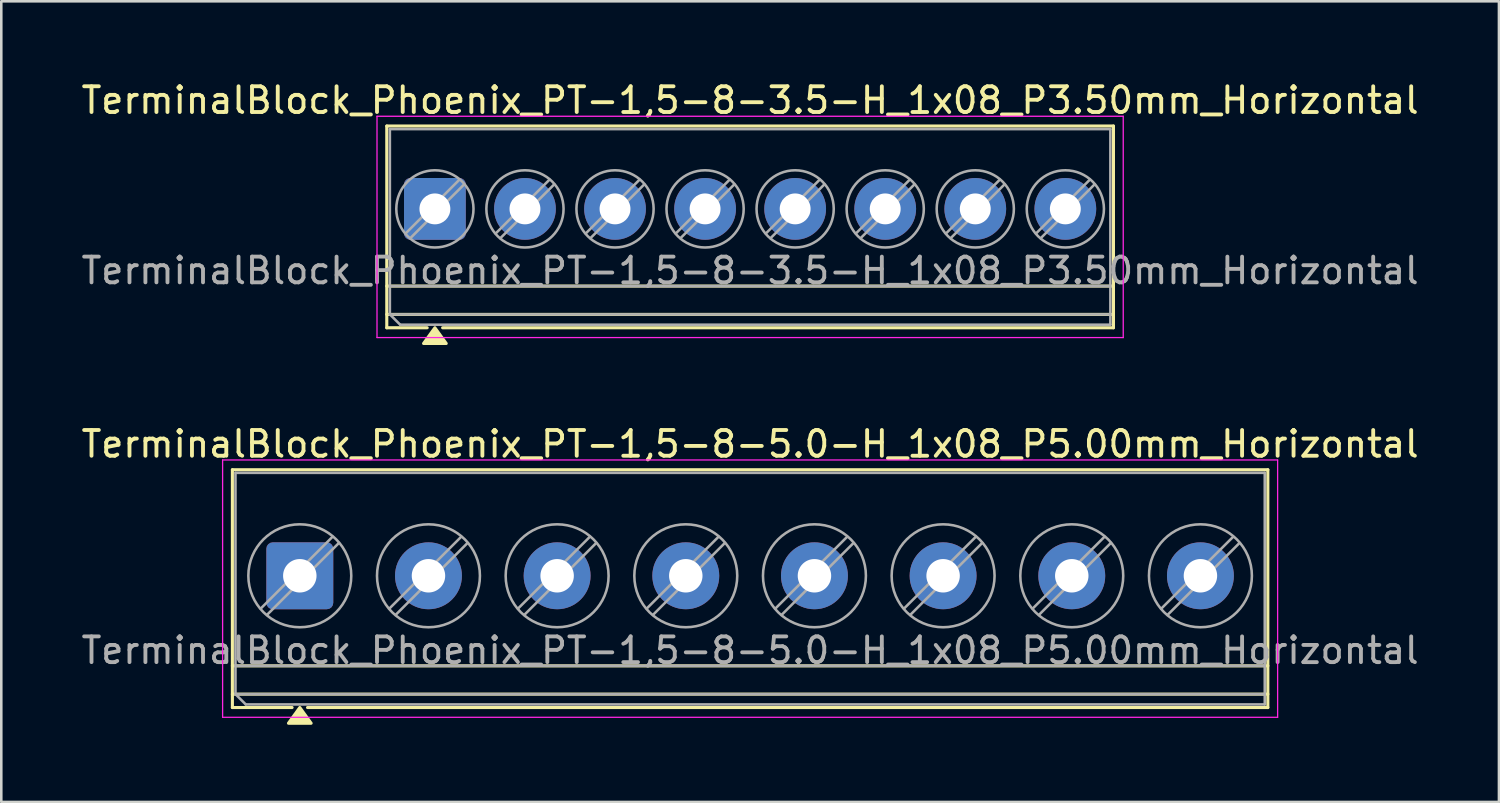
<source format=kicad_pcb>
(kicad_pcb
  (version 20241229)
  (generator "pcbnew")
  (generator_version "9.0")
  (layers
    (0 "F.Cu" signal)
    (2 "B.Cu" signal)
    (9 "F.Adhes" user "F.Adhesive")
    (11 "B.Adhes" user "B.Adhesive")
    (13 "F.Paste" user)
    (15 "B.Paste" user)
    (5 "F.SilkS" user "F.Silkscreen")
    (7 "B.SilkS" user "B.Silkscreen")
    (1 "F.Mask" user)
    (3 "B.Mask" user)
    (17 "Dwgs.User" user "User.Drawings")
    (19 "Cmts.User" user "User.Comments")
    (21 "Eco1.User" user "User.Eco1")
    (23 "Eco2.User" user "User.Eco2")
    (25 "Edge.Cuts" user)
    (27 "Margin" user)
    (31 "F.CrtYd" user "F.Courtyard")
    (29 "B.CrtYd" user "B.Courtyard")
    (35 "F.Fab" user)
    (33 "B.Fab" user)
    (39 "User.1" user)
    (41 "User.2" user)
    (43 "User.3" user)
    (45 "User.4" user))
  (footprint "TerminalBlock_Phoenix_PT-1,5-8-3.5-H_1x08_P3.50mm_Horizontal"
    (layer "F.Cu")
    (at 13.851 5.068)
    (property "Reference" "TerminalBlock_Phoenix_PT-1,5-8-3.5-H_1x08_P3.50mm_Horizontal" (at 12.25 -4.22 0) (layer "F.SilkS") (effects (font (size 1 1) (thickness 0.15))))
    (attr through_hole)
    (fp_line (start -1.87 -3.22) (end -1.87 4.62) (stroke (width 0.12) (type solid)) (layer "F.SilkS"))
    (fp_line (start -1.87 -3.22) (end 26.37 -3.22) (stroke (width 0.12) (type solid)) (layer "F.SilkS"))
    (fp_line (start -1.87 3) (end 26.37 3) (stroke (width 0.12) (type solid)) (layer "F.SilkS"))
    (fp_line (start -1.87 4.1) (end 26.37 4.1) (stroke (width 0.12) (type solid)) (layer "F.SilkS"))
    (fp_line (start -1.87 4.62) (end -0.3 4.62) (stroke (width 0.12) (type solid)) (layer "F.SilkS"))
    (fp_line (start 0.3 4.62) (end 26.37 4.62) (stroke (width 0.12) (type solid)) (layer "F.SilkS"))
    (fp_line (start 26.37 -3.22) (end 26.37 4.62) (stroke (width 0.12) (type solid)) (layer "F.SilkS"))
    (fp_poly (pts (xy 0 4.62) (xy 0.44 5.23) (xy -0.44 5.23)) (stroke (width 0.12) (type solid)) (fill yes) (layer "F.SilkS"))
    (fp_line (start -2.25 -3.6) (end -2.25 5) (stroke (width 0.05) (type solid)) (layer "F.CrtYd"))
    (fp_line (start -2.25 5) (end 26.75 5) (stroke (width 0.05) (type solid)) (layer "F.CrtYd"))
    (fp_line (start 26.75 -3.6) (end -2.25 -3.6) (stroke (width 0.05) (type solid)) (layer "F.CrtYd"))
    (fp_line (start 26.75 5) (end 26.75 -3.6) (stroke (width 0.05) (type solid)) (layer "F.CrtYd"))
    (fp_line (start -1.75 -3.1) (end 26.25 -3.1) (stroke (width 0.1) (type solid)) (layer "F.Fab"))
    (fp_line (start -1.75 3) (end 26.25 3) (stroke (width 0.1) (type solid)) (layer "F.Fab"))
    (fp_line (start -1.75 4.1) (end -1.75 -3.1) (stroke (width 0.1) (type solid)) (layer "F.Fab"))
    (fp_line (start -1.75 4.1) (end 26.25 4.1) (stroke (width 0.1) (type solid)) (layer "F.Fab"))
    (fp_line (start -1.35 4.5) (end -1.75 4.1) (stroke (width 0.1) (type solid)) (layer "F.Fab"))
    (fp_line (start 0.955 -1.138) (end -1.138 0.954) (stroke (width 0.1) (type solid)) (layer "F.Fab"))
    (fp_line (start 1.138 -0.954) (end -0.955 1.137) (stroke (width 0.1) (type solid)) (layer "F.Fab"))
    (fp_line (start 4.455 -1.138) (end 2.362 0.954) (stroke (width 0.1) (type solid)) (layer "F.Fab"))
    (fp_line (start 4.638 -0.954) (end 2.545 1.137) (stroke (width 0.1) (type solid)) (layer "F.Fab"))
    (fp_line (start 7.955 -1.138) (end 5.862 0.954) (stroke (width 0.1) (type solid)) (layer "F.Fab"))
    (fp_line (start 8.138 -0.954) (end 6.045 1.137) (stroke (width 0.1) (type solid)) (layer "F.Fab"))
    (fp_line (start 11.455 -1.138) (end 9.362 0.954) (stroke (width 0.1) (type solid)) (layer "F.Fab"))
    (fp_line (start 11.638 -0.954) (end 9.545 1.137) (stroke (width 0.1) (type solid)) (layer "F.Fab"))
    (fp_line (start 14.955 -1.138) (end 12.862 0.954) (stroke (width 0.1) (type solid)) (layer "F.Fab"))
    (fp_line (start 15.138 -0.954) (end 13.045 1.137) (stroke (width 0.1) (type solid)) (layer "F.Fab"))
    (fp_line (start 18.455 -1.138) (end 16.362 0.954) (stroke (width 0.1) (type solid)) (layer "F.Fab"))
    (fp_line (start 18.638 -0.954) (end 16.545 1.137) (stroke (width 0.1) (type solid)) (layer "F.Fab"))
    (fp_line (start 21.955 -1.138) (end 19.862 0.954) (stroke (width 0.1) (type solid)) (layer "F.Fab"))
    (fp_line (start 22.138 -0.954) (end 20.045 1.137) (stroke (width 0.1) (type solid)) (layer "F.Fab"))
    (fp_line (start 25.455 -1.138) (end 23.362 0.954) (stroke (width 0.1) (type solid)) (layer "F.Fab"))
    (fp_line (start 25.638 -0.954) (end 23.545 1.137) (stroke (width 0.1) (type solid)) (layer "F.Fab"))
    (fp_line (start 26.25 -3.1) (end 26.25 4.5) (stroke (width 0.1) (type solid)) (layer "F.Fab"))
    (fp_line (start 26.25 4.5) (end -1.35 4.5) (stroke (width 0.1) (type solid)) (layer "F.Fab"))
    (fp_circle (center 0 0) (end 1.5 0) (stroke (width 0.1) (type solid)) (fill no) (layer "F.Fab"))
    (fp_circle (center 3.5 0) (end 5 0) (stroke (width 0.1) (type solid)) (fill no) (layer "F.Fab"))
    (fp_circle (center 7 0) (end 8.5 0) (stroke (width 0.1) (type solid)) (fill no) (layer "F.Fab"))
    (fp_circle (center 10.5 0) (end 12 0) (stroke (width 0.1) (type solid)) (fill no) (layer "F.Fab"))
    (fp_circle (center 14 0) (end 15.5 0) (stroke (width 0.1) (type solid)) (fill no) (layer "F.Fab"))
    (fp_circle (center 17.5 0) (end 19 0) (stroke (width 0.1) (type solid)) (fill no) (layer "F.Fab"))
    (fp_circle (center 21 0) (end 22.5 0) (stroke (width 0.1) (type solid)) (fill no) (layer "F.Fab"))
    (fp_circle (center 24.5 0) (end 26 0) (stroke (width 0.1) (type solid)) (fill no) (layer "F.Fab"))
    (fp_text user "${REFERENCE}" (at 12.25 2.4 0) (layer "F.Fab") (effects (font (size 1 1) (thickness 0.15))))
    (pad "1" thru_hole roundrect (at 0 0) (size 2.4 2.4) (drill 1.2) (layers "*.Cu" "*.Mask") (roundrect_rratio 0.104))
    (pad "2" thru_hole circle (at 3.5 0) (size 2.4 2.4) (drill 1.2) (layers "*.Cu" "*.Mask"))
    (pad "3" thru_hole circle (at 7 0) (size 2.4 2.4) (drill 1.2) (layers "*.Cu" "*.Mask"))
    (pad "4" thru_hole circle (at 10.5 0) (size 2.4 2.4) (drill 1.2) (layers "*.Cu" "*.Mask"))
    (pad "5" thru_hole circle (at 14 0) (size 2.4 2.4) (drill 1.2) (layers "*.Cu" "*.Mask"))
    (pad "6" thru_hole circle (at 17.5 0) (size 2.4 2.4) (drill 1.2) (layers "*.Cu" "*.Mask"))
    (pad "7" thru_hole circle (at 21 0) (size 2.4 2.4) (drill 1.2) (layers "*.Cu" "*.Mask"))
    (pad "8" thru_hole circle (at 24.5 0) (size 2.4 2.4) (drill 1.2) (layers "*.Cu" "*.Mask")))
  (footprint "TerminalBlock_Phoenix_PT-1,5-8-5.0-H_1x08_P5.00mm_Horizontal"
    (layer "F.Cu")
    (at 8.601 19.326)
    (property "Reference" "TerminalBlock_Phoenix_PT-1,5-8-5.0-H_1x08_P5.00mm_Horizontal" (at 17.5 -5.12 0) (layer "F.SilkS") (effects (font (size 1 1) (thickness 0.15))))
    (attr through_hole)
    (fp_line (start -2.62 -4.12) (end -2.62 5.12) (stroke (width 0.12) (type solid)) (layer "F.SilkS"))
    (fp_line (start -2.62 -4.12) (end 37.62 -4.12) (stroke (width 0.12) (type solid)) (layer "F.SilkS"))
    (fp_line (start -2.62 3.5) (end 37.62 3.5) (stroke (width 0.12) (type solid)) (layer "F.SilkS"))
    (fp_line (start -2.62 4.6) (end 37.62 4.6) (stroke (width 0.12) (type solid)) (layer "F.SilkS"))
    (fp_line (start -2.62 5.12) (end -0.3 5.12) (stroke (width 0.12) (type solid)) (layer "F.SilkS"))
    (fp_line (start 0.3 5.12) (end 37.62 5.12) (stroke (width 0.12) (type solid)) (layer "F.SilkS"))
    (fp_line (start 37.62 -4.12) (end 37.62 5.12) (stroke (width 0.12) (type solid)) (layer "F.SilkS"))
    (fp_poly (pts (xy 0 5.12) (xy 0.44 5.73) (xy -0.44 5.73)) (stroke (width 0.12) (type solid)) (fill yes) (layer "F.SilkS"))
    (fp_line (start -3 -4.5) (end -3 5.5) (stroke (width 0.05) (type solid)) (layer "F.CrtYd"))
    (fp_line (start -3 5.5) (end 38 5.5) (stroke (width 0.05) (type solid)) (layer "F.CrtYd"))
    (fp_line (start 38 -4.5) (end -3 -4.5) (stroke (width 0.05) (type solid)) (layer "F.CrtYd"))
    (fp_line (start 38 5.5) (end 38 -4.5) (stroke (width 0.05) (type solid)) (layer "F.CrtYd"))
    (fp_line (start -2.5 -4) (end 37.5 -4) (stroke (width 0.1) (type solid)) (layer "F.Fab"))
    (fp_line (start -2.5 3.5) (end 37.5 3.5) (stroke (width 0.1) (type solid)) (layer "F.Fab"))
    (fp_line (start -2.5 4.6) (end -2.5 -4) (stroke (width 0.1) (type solid)) (layer "F.Fab"))
    (fp_line (start -2.5 4.6) (end 37.5 4.6) (stroke (width 0.1) (type solid)) (layer "F.Fab"))
    (fp_line (start -2.1 5) (end -2.5 4.6) (stroke (width 0.1) (type solid)) (layer "F.Fab"))
    (fp_line (start 1.273 -1.517) (end -1.517 1.272) (stroke (width 0.1) (type solid)) (layer "F.Fab"))
    (fp_line (start 1.517 -1.273) (end -1.273 1.517) (stroke (width 0.1) (type solid)) (layer "F.Fab"))
    (fp_line (start 6.273 -1.517) (end 3.483 1.272) (stroke (width 0.1) (type solid)) (layer "F.Fab"))
    (fp_line (start 6.517 -1.273) (end 3.727 1.517) (stroke (width 0.1) (type solid)) (layer "F.Fab"))
    (fp_line (start 11.273 -1.517) (end 8.483 1.272) (stroke (width 0.1) (type solid)) (layer "F.Fab"))
    (fp_line (start 11.517 -1.273) (end 8.727 1.517) (stroke (width 0.1) (type solid)) (layer "F.Fab"))
    (fp_line (start 16.273 -1.517) (end 13.483 1.272) (stroke (width 0.1) (type solid)) (layer "F.Fab"))
    (fp_line (start 16.517 -1.273) (end 13.727 1.517) (stroke (width 0.1) (type solid)) (layer "F.Fab"))
    (fp_line (start 21.273 -1.517) (end 18.483 1.272) (stroke (width 0.1) (type solid)) (layer "F.Fab"))
    (fp_line (start 21.517 -1.273) (end 18.727 1.517) (stroke (width 0.1) (type solid)) (layer "F.Fab"))
    (fp_line (start 26.273 -1.517) (end 23.483 1.272) (stroke (width 0.1) (type solid)) (layer "F.Fab"))
    (fp_line (start 26.517 -1.273) (end 23.727 1.517) (stroke (width 0.1) (type solid)) (layer "F.Fab"))
    (fp_line (start 31.273 -1.517) (end 28.483 1.272) (stroke (width 0.1) (type solid)) (layer "F.Fab"))
    (fp_line (start 31.517 -1.273) (end 28.727 1.517) (stroke (width 0.1) (type solid)) (layer "F.Fab"))
    (fp_line (start 36.273 -1.517) (end 33.483 1.272) (stroke (width 0.1) (type solid)) (layer "F.Fab"))
    (fp_line (start 36.517 -1.273) (end 33.727 1.517) (stroke (width 0.1) (type solid)) (layer "F.Fab"))
    (fp_line (start 37.5 -4) (end 37.5 5) (stroke (width 0.1) (type solid)) (layer "F.Fab"))
    (fp_line (start 37.5 5) (end -2.1 5) (stroke (width 0.1) (type solid)) (layer "F.Fab"))
    (fp_circle (center 0 0) (end 2 0) (stroke (width 0.1) (type solid)) (fill no) (layer "F.Fab"))
    (fp_circle (center 5 0) (end 7 0) (stroke (width 0.1) (type solid)) (fill no) (layer "F.Fab"))
    (fp_circle (center 10 0) (end 12 0) (stroke (width 0.1) (type solid)) (fill no) (layer "F.Fab"))
    (fp_circle (center 15 0) (end 17 0) (stroke (width 0.1) (type solid)) (fill no) (layer "F.Fab"))
    (fp_circle (center 20 0) (end 22 0) (stroke (width 0.1) (type solid)) (fill no) (layer "F.Fab"))
    (fp_circle (center 25 0) (end 27 0) (stroke (width 0.1) (type solid)) (fill no) (layer "F.Fab"))
    (fp_circle (center 30 0) (end 32 0) (stroke (width 0.1) (type solid)) (fill no) (layer "F.Fab"))
    (fp_circle (center 35 0) (end 37 0) (stroke (width 0.1) (type solid)) (fill no) (layer "F.Fab"))
    (fp_text user "${REFERENCE}" (at 17.5 2.9 0) (layer "F.Fab") (effects (font (size 1 1) (thickness 0.15))))
    (pad "1" thru_hole roundrect (at 0 0) (size 2.6 2.6) (drill 1.3) (layers "*.Cu" "*.Mask") (roundrect_rratio 0.096))
    (pad "2" thru_hole circle (at 5 0) (size 2.6 2.6) (drill 1.3) (layers "*.Cu" "*.Mask"))
    (pad "3" thru_hole circle (at 10 0) (size 2.6 2.6) (drill 1.3) (layers "*.Cu" "*.Mask"))
    (pad "4" thru_hole circle (at 15 0) (size 2.6 2.6) (drill 1.3) (layers "*.Cu" "*.Mask"))
    (pad "5" thru_hole circle (at 20 0) (size 2.6 2.6) (drill 1.3) (layers "*.Cu" "*.Mask"))
    (pad "6" thru_hole circle (at 25 0) (size 2.6 2.6) (drill 1.3) (layers "*.Cu" "*.Mask"))
    (pad "7" thru_hole circle (at 30 0) (size 2.6 2.6) (drill 1.3) (layers "*.Cu" "*.Mask"))
    (pad "8" thru_hole circle (at 35 0) (size 2.6 2.6) (drill 1.3) (layers "*.Cu" "*.Mask")))
  (gr_rect
    (start -3 -3)
    (end 55.202 28.116)
    (stroke (width 0.1) (type default))
    (fill no)
    (layer "Edge.Cuts")))
</source>
